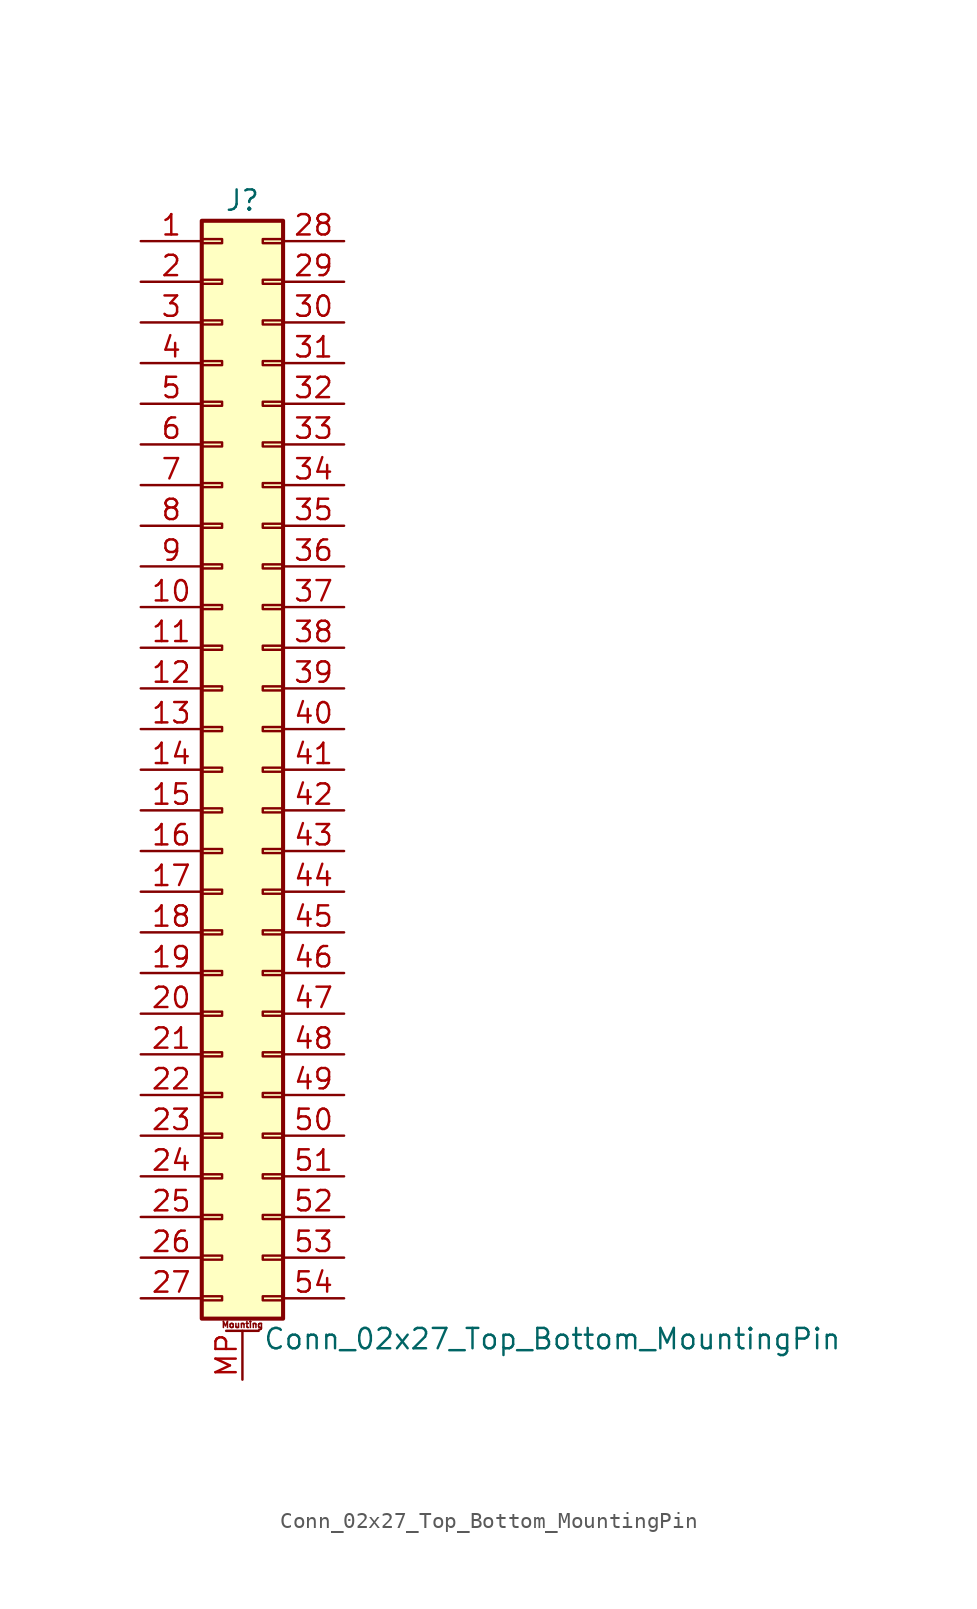
<source format=kicad_sym>
(kicad_symbol_lib
  (version 20201005)
  (generator kicad_symbol_editor)
  (symbol "Conn_02x27_Top_Bottom_MountingPin"
    (pin_names
      (offset 1.016) hide)
    (property "Reference" "J"
      (at 1.27 35.56 0)
      (effects (font (size 1.27 1.27))))
    (property "Value" "Conn_02x27_Top_Bottom_MountingPin"
      (at 2.54 -35.56 0)
      (effects (font (size 1.27 1.27)) (justify left)))
    (symbol "Conn_02x27_Top_Bottom_MountingPin_1_1"
      (text "Mounting" (at 1.27 -34.671 0) (effects (font (size 0.381 0.381))))
      (rectangle (start -1.27 -32.893) (end 0 -33.147) (stroke (width 0.152)) (fill (type none)))
      (rectangle (start -1.27 -30.353) (end 0 -30.607) (stroke (width 0.152)) (fill (type none)))
      (rectangle (start -1.27 -27.813) (end 0 -28.067) (stroke (width 0.152)) (fill (type none)))
      (rectangle (start -1.27 -25.273) (end 0 -25.527) (stroke (width 0.152)) (fill (type none)))
      (rectangle (start -1.27 -22.733) (end 0 -22.987) (stroke (width 0.152)) (fill (type none)))
      (rectangle (start -1.27 -20.193) (end 0 -20.447) (stroke (width 0.152)) (fill (type none)))
      (rectangle (start -1.27 -17.653) (end 0 -17.907) (stroke (width 0.152)) (fill (type none)))
      (rectangle (start -1.27 -15.113) (end 0 -15.367) (stroke (width 0.152)) (fill (type none)))
      (rectangle (start -1.27 -12.573) (end 0 -12.827) (stroke (width 0.152)) (fill (type none)))
      (rectangle (start -1.27 -10.033) (end 0 -10.287) (stroke (width 0.152)) (fill (type none)))
      (rectangle (start -1.27 -7.493) (end 0 -7.747) (stroke (width 0.152)) (fill (type none)))
      (rectangle (start -1.27 -4.953) (end 0 -5.207) (stroke (width 0.152)) (fill (type none)))
      (rectangle (start -1.27 -2.413) (end 0 -2.667) (stroke (width 0.152)) (fill (type none)))
      (rectangle (start -1.27 0.127) (end 0 -0.127) (stroke (width 0.152)) (fill (type none)))
      (rectangle (start -1.27 2.667) (end 0 2.413) (stroke (width 0.152)) (fill (type none)))
      (rectangle (start -1.27 5.207) (end 0 4.953) (stroke (width 0.152)) (fill (type none)))
      (rectangle (start -1.27 7.747) (end 0 7.493) (stroke (width 0.152)) (fill (type none)))
      (rectangle (start -1.27 10.287) (end 0 10.033) (stroke (width 0.152)) (fill (type none)))
      (rectangle (start -1.27 12.827) (end 0 12.573) (stroke (width 0.152)) (fill (type none)))
      (rectangle (start -1.27 15.367) (end 0 15.113) (stroke (width 0.152)) (fill (type none)))
      (rectangle (start -1.27 17.907) (end 0 17.653) (stroke (width 0.152)) (fill (type none)))
      (rectangle (start -1.27 20.447) (end 0 20.193) (stroke (width 0.152)) (fill (type none)))
      (rectangle (start -1.27 22.987) (end 0 22.733) (stroke (width 0.152)) (fill (type none)))
      (rectangle (start -1.27 25.527) (end 0 25.273) (stroke (width 0.152)) (fill (type none)))
      (rectangle (start -1.27 28.067) (end 0 27.813) (stroke (width 0.152)) (fill (type none)))
      (rectangle (start -1.27 30.607) (end 0 30.353) (stroke (width 0.152)) (fill (type none)))
      (rectangle (start -1.27 33.147) (end 0 32.893) (stroke (width 0.152)) (fill (type none)))
      (rectangle (start 3.81 -32.893) (end 2.54 -33.147) (stroke (width 0.152)) (fill (type none)))
      (rectangle (start 3.81 -30.353) (end 2.54 -30.607) (stroke (width 0.152)) (fill (type none)))
      (rectangle (start 3.81 -27.813) (end 2.54 -28.067) (stroke (width 0.152)) (fill (type none)))
      (rectangle (start 3.81 -25.273) (end 2.54 -25.527) (stroke (width 0.152)) (fill (type none)))
      (rectangle (start 3.81 -22.733) (end 2.54 -22.987) (stroke (width 0.152)) (fill (type none)))
      (rectangle (start 3.81 -20.193) (end 2.54 -20.447) (stroke (width 0.152)) (fill (type none)))
      (rectangle (start 3.81 -17.653) (end 2.54 -17.907) (stroke (width 0.152)) (fill (type none)))
      (rectangle (start 3.81 -15.113) (end 2.54 -15.367) (stroke (width 0.152)) (fill (type none)))
      (rectangle (start 3.81 -12.573) (end 2.54 -12.827) (stroke (width 0.152)) (fill (type none)))
      (rectangle (start 3.81 -10.033) (end 2.54 -10.287) (stroke (width 0.152)) (fill (type none)))
      (rectangle (start 3.81 -7.493) (end 2.54 -7.747) (stroke (width 0.152)) (fill (type none)))
      (rectangle (start 3.81 -4.953) (end 2.54 -5.207) (stroke (width 0.152)) (fill (type none)))
      (rectangle (start 3.81 -2.413) (end 2.54 -2.667) (stroke (width 0.152)) (fill (type none)))
      (rectangle (start 3.81 0.127) (end 2.54 -0.127) (stroke (width 0.152)) (fill (type none)))
      (rectangle (start 3.81 2.667) (end 2.54 2.413) (stroke (width 0.152)) (fill (type none)))
      (rectangle (start 3.81 5.207) (end 2.54 4.953) (stroke (width 0.152)) (fill (type none)))
      (rectangle (start 3.81 7.747) (end 2.54 7.493) (stroke (width 0.152)) (fill (type none)))
      (rectangle (start 3.81 10.287) (end 2.54 10.033) (stroke (width 0.152)) (fill (type none)))
      (rectangle (start 3.81 12.827) (end 2.54 12.573) (stroke (width 0.152)) (fill (type none)))
      (rectangle (start 3.81 15.367) (end 2.54 15.113) (stroke (width 0.152)) (fill (type none)))
      (rectangle (start 3.81 17.907) (end 2.54 17.653) (stroke (width 0.152)) (fill (type none)))
      (rectangle (start 3.81 20.447) (end 2.54 20.193) (stroke (width 0.152)) (fill (type none)))
      (rectangle (start 3.81 22.987) (end 2.54 22.733) (stroke (width 0.152)) (fill (type none)))
      (rectangle (start 3.81 25.527) (end 2.54 25.273) (stroke (width 0.152)) (fill (type none)))
      (rectangle (start 3.81 28.067) (end 2.54 27.813) (stroke (width 0.152)) (fill (type none)))
      (rectangle (start 3.81 30.607) (end 2.54 30.353) (stroke (width 0.152)) (fill (type none)))
      (rectangle (start 3.81 33.147) (end 2.54 32.893) (stroke (width 0.152)) (fill (type none)))
      (rectangle (start -1.27 34.29) (end 3.81 -34.29) (stroke (width 0.254)) (fill (type background)))
      (polyline (pts (xy 0.254 -35.052) (xy 2.286 -35.052)) (stroke (width 0.152)) (fill (type none)))
      (pin passive line (at -5.08 33.02 0) (length 3.81) (name "Pin_1" (effects (font (size 1.27 1.27)))) (number "1" (effects (font (size 1.27 1.27)))))
      (pin passive line (at -5.08 10.16 0) (length 3.81) (name "Pin_10" (effects (font (size 1.27 1.27)))) (number "10" (effects (font (size 1.27 1.27)))))
      (pin passive line (at -5.08 7.62 0) (length 3.81) (name "Pin_11" (effects (font (size 1.27 1.27)))) (number "11" (effects (font (size 1.27 1.27)))))
      (pin passive line (at -5.08 5.08 0) (length 3.81) (name "Pin_12" (effects (font (size 1.27 1.27)))) (number "12" (effects (font (size 1.27 1.27)))))
      (pin passive line (at -5.08 2.54 0) (length 3.81) (name "Pin_13" (effects (font (size 1.27 1.27)))) (number "13" (effects (font (size 1.27 1.27)))))
      (pin passive line (at -5.08 0 0) (length 3.81) (name "Pin_14" (effects (font (size 1.27 1.27)))) (number "14" (effects (font (size 1.27 1.27)))))
      (pin passive line (at -5.08 -2.54 0) (length 3.81) (name "Pin_15" (effects (font (size 1.27 1.27)))) (number "15" (effects (font (size 1.27 1.27)))))
      (pin passive line (at -5.08 -5.08 0) (length 3.81) (name "Pin_16" (effects (font (size 1.27 1.27)))) (number "16" (effects (font (size 1.27 1.27)))))
      (pin passive line (at -5.08 -7.62 0) (length 3.81) (name "Pin_17" (effects (font (size 1.27 1.27)))) (number "17" (effects (font (size 1.27 1.27)))))
      (pin passive line (at -5.08 -10.16 0) (length 3.81) (name "Pin_18" (effects (font (size 1.27 1.27)))) (number "18" (effects (font (size 1.27 1.27)))))
      (pin passive line (at -5.08 -12.7 0) (length 3.81) (name "Pin_19" (effects (font (size 1.27 1.27)))) (number "19" (effects (font (size 1.27 1.27)))))
      (pin passive line (at -5.08 30.48 0) (length 3.81) (name "Pin_2" (effects (font (size 1.27 1.27)))) (number "2" (effects (font (size 1.27 1.27)))))
      (pin passive line (at -5.08 -15.24 0) (length 3.81) (name "Pin_20" (effects (font (size 1.27 1.27)))) (number "20" (effects (font (size 1.27 1.27)))))
      (pin passive line (at -5.08 -17.78 0) (length 3.81) (name "Pin_21" (effects (font (size 1.27 1.27)))) (number "21" (effects (font (size 1.27 1.27)))))
      (pin passive line (at -5.08 -20.32 0) (length 3.81) (name "Pin_22" (effects (font (size 1.27 1.27)))) (number "22" (effects (font (size 1.27 1.27)))))
      (pin passive line (at -5.08 -22.86 0) (length 3.81) (name "Pin_23" (effects (font (size 1.27 1.27)))) (number "23" (effects (font (size 1.27 1.27)))))
      (pin passive line (at -5.08 -25.4 0) (length 3.81) (name "Pin_24" (effects (font (size 1.27 1.27)))) (number "24" (effects (font (size 1.27 1.27)))))
      (pin passive line (at -5.08 -27.94 0) (length 3.81) (name "Pin_25" (effects (font (size 1.27 1.27)))) (number "25" (effects (font (size 1.27 1.27)))))
      (pin passive line (at -5.08 -30.48 0) (length 3.81) (name "Pin_26" (effects (font (size 1.27 1.27)))) (number "26" (effects (font (size 1.27 1.27)))))
      (pin passive line (at -5.08 -33.02 0) (length 3.81) (name "Pin_27" (effects (font (size 1.27 1.27)))) (number "27" (effects (font (size 1.27 1.27)))))
      (pin passive line (at 7.62 33.02 180) (length 3.81) (name "Pin_28" (effects (font (size 1.27 1.27)))) (number "28" (effects (font (size 1.27 1.27)))))
      (pin passive line (at 7.62 30.48 180) (length 3.81) (name "Pin_29" (effects (font (size 1.27 1.27)))) (number "29" (effects (font (size 1.27 1.27)))))
      (pin passive line (at -5.08 27.94 0) (length 3.81) (name "Pin_3" (effects (font (size 1.27 1.27)))) (number "3" (effects (font (size 1.27 1.27)))))
      (pin passive line (at 7.62 27.94 180) (length 3.81) (name "Pin_30" (effects (font (size 1.27 1.27)))) (number "30" (effects (font (size 1.27 1.27)))))
      (pin passive line (at 7.62 25.4 180) (length 3.81) (name "Pin_31" (effects (font (size 1.27 1.27)))) (number "31" (effects (font (size 1.27 1.27)))))
      (pin passive line (at 7.62 22.86 180) (length 3.81) (name "Pin_32" (effects (font (size 1.27 1.27)))) (number "32" (effects (font (size 1.27 1.27)))))
      (pin passive line (at 7.62 20.32 180) (length 3.81) (name "Pin_33" (effects (font (size 1.27 1.27)))) (number "33" (effects (font (size 1.27 1.27)))))
      (pin passive line (at 7.62 17.78 180) (length 3.81) (name "Pin_34" (effects (font (size 1.27 1.27)))) (number "34" (effects (font (size 1.27 1.27)))))
      (pin passive line (at 7.62 15.24 180) (length 3.81) (name "Pin_35" (effects (font (size 1.27 1.27)))) (number "35" (effects (font (size 1.27 1.27)))))
      (pin passive line (at 7.62 12.7 180) (length 3.81) (name "Pin_36" (effects (font (size 1.27 1.27)))) (number "36" (effects (font (size 1.27 1.27)))))
      (pin passive line (at 7.62 10.16 180) (length 3.81) (name "Pin_37" (effects (font (size 1.27 1.27)))) (number "37" (effects (font (size 1.27 1.27)))))
      (pin passive line (at 7.62 7.62 180) (length 3.81) (name "Pin_38" (effects (font (size 1.27 1.27)))) (number "38" (effects (font (size 1.27 1.27)))))
      (pin passive line (at 7.62 5.08 180) (length 3.81) (name "Pin_39" (effects (font (size 1.27 1.27)))) (number "39" (effects (font (size 1.27 1.27)))))
      (pin passive line (at -5.08 25.4 0) (length 3.81) (name "Pin_4" (effects (font (size 1.27 1.27)))) (number "4" (effects (font (size 1.27 1.27)))))
      (pin passive line (at 7.62 2.54 180) (length 3.81) (name "Pin_40" (effects (font (size 1.27 1.27)))) (number "40" (effects (font (size 1.27 1.27)))))
      (pin passive line (at 7.62 0 180) (length 3.81) (name "Pin_41" (effects (font (size 1.27 1.27)))) (number "41" (effects (font (size 1.27 1.27)))))
      (pin passive line (at 7.62 -2.54 180) (length 3.81) (name "Pin_42" (effects (font (size 1.27 1.27)))) (number "42" (effects (font (size 1.27 1.27)))))
      (pin passive line (at 7.62 -5.08 180) (length 3.81) (name "Pin_43" (effects (font (size 1.27 1.27)))) (number "43" (effects (font (size 1.27 1.27)))))
      (pin passive line (at 7.62 -7.62 180) (length 3.81) (name "Pin_44" (effects (font (size 1.27 1.27)))) (number "44" (effects (font (size 1.27 1.27)))))
      (pin passive line (at 7.62 -10.16 180) (length 3.81) (name "Pin_45" (effects (font (size 1.27 1.27)))) (number "45" (effects (font (size 1.27 1.27)))))
      (pin passive line (at 7.62 -12.7 180) (length 3.81) (name "Pin_46" (effects (font (size 1.27 1.27)))) (number "46" (effects (font (size 1.27 1.27)))))
      (pin passive line (at 7.62 -15.24 180) (length 3.81) (name "Pin_47" (effects (font (size 1.27 1.27)))) (number "47" (effects (font (size 1.27 1.27)))))
      (pin passive line (at 7.62 -17.78 180) (length 3.81) (name "Pin_48" (effects (font (size 1.27 1.27)))) (number "48" (effects (font (size 1.27 1.27)))))
      (pin passive line (at 7.62 -20.32 180) (length 3.81) (name "Pin_49" (effects (font (size 1.27 1.27)))) (number "49" (effects (font (size 1.27 1.27)))))
      (pin passive line (at -5.08 22.86 0) (length 3.81) (name "Pin_5" (effects (font (size 1.27 1.27)))) (number "5" (effects (font (size 1.27 1.27)))))
      (pin passive line (at 7.62 -22.86 180) (length 3.81) (name "Pin_50" (effects (font (size 1.27 1.27)))) (number "50" (effects (font (size 1.27 1.27)))))
      (pin passive line (at 7.62 -25.4 180) (length 3.81) (name "Pin_51" (effects (font (size 1.27 1.27)))) (number "51" (effects (font (size 1.27 1.27)))))
      (pin passive line (at 7.62 -27.94 180) (length 3.81) (name "Pin_52" (effects (font (size 1.27 1.27)))) (number "52" (effects (font (size 1.27 1.27)))))
      (pin passive line (at 7.62 -30.48 180) (length 3.81) (name "Pin_53" (effects (font (size 1.27 1.27)))) (number "53" (effects (font (size 1.27 1.27)))))
      (pin passive line (at 7.62 -33.02 180) (length 3.81) (name "Pin_54" (effects (font (size 1.27 1.27)))) (number "54" (effects (font (size 1.27 1.27)))))
      (pin passive line (at -5.08 20.32 0) (length 3.81) (name "Pin_6" (effects (font (size 1.27 1.27)))) (number "6" (effects (font (size 1.27 1.27)))))
      (pin passive line (at -5.08 17.78 0) (length 3.81) (name "Pin_7" (effects (font (size 1.27 1.27)))) (number "7" (effects (font (size 1.27 1.27)))))
      (pin passive line (at -5.08 15.24 0) (length 3.81) (name "Pin_8" (effects (font (size 1.27 1.27)))) (number "8" (effects (font (size 1.27 1.27)))))
      (pin passive line (at -5.08 12.7 0) (length 3.81) (name "Pin_9" (effects (font (size 1.27 1.27)))) (number "9" (effects (font (size 1.27 1.27)))))
      (pin passive line (at 1.27 -38.1 90) (length 3.048) (name "MountPin" (effects (font (size 1.27 1.27)))) (number "MP" (effects (font (size 1.27 1.27))))))))
</source>
